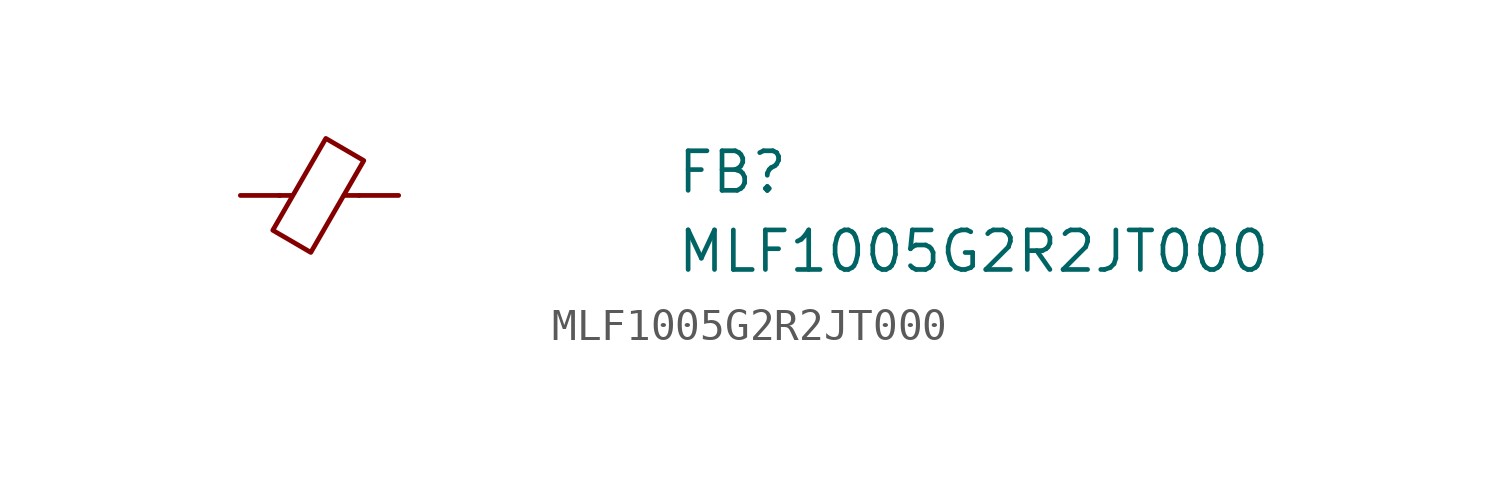
<source format=kicad_sym>
(kicad_symbol_lib
  (version 20211014)
  (generator kicad_symbol_editor)
  (symbol "MLF1005G2R2JT000"
    (pin_numbers hide)
    (pin_names hide)
    (property "Reference" "FB"
      (at 13.97 0 0)
      (effects (font (size 1.27 1.27) (thickness 0.15)) (justify left bottom)))
    (property "Value" "MLF1005G2R2JT000"
      (at 13.97 -2.54 0)
      (effects (font (size 1.27 1.27) (thickness 0.15)) (justify left bottom)))
    (symbol "MLF1005G2R2JT000_0_1"
      (polyline (pts (xy 1.651 0) (xy 1.245 0)) (stroke (width 0) (type default) (color 0 0 0 0)) (fill (type none)))
      (polyline (pts (xy 3.81 0) (xy 3.327 0)) (stroke (width 0) (type default) (color 0 0 0 0)) (fill (type none)))
      (polyline (pts (xy 2.261 -1.829) (xy 1.041 -1.118) (xy 2.743 1.829) (xy 3.962 1.118) (xy 2.261 -1.829)) (stroke (width 0) (type default) (color 0 0 0 0)) (fill (type none))))
    (symbol "MLF1005G2R2JT000_1_1"
      (pin passive line (at 0 0 0) (length 1.27) (name "~" (effects (font (size 1.27 1.27)))) (number "1" (effects (font (size 1.27 1.27)))))
      (pin passive line (at 5.08 0 180) (length 1.27) (name "~" (effects (font (size 1.27 1.27)))) (number "2" (effects (font (size 1.27 1.27))))))))
</source>
